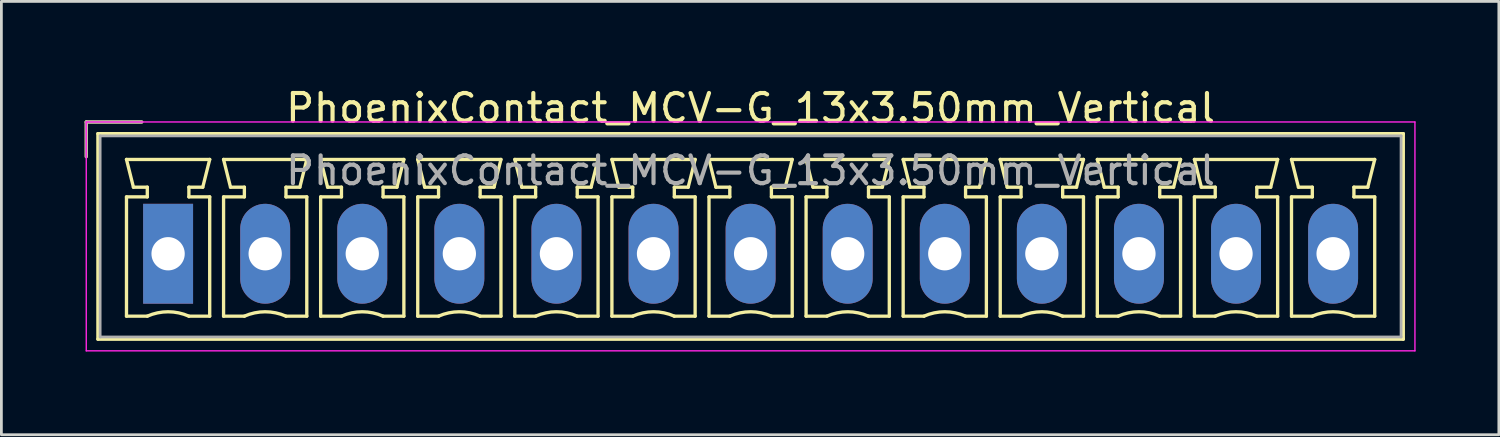
<source format=kicad_pcb>
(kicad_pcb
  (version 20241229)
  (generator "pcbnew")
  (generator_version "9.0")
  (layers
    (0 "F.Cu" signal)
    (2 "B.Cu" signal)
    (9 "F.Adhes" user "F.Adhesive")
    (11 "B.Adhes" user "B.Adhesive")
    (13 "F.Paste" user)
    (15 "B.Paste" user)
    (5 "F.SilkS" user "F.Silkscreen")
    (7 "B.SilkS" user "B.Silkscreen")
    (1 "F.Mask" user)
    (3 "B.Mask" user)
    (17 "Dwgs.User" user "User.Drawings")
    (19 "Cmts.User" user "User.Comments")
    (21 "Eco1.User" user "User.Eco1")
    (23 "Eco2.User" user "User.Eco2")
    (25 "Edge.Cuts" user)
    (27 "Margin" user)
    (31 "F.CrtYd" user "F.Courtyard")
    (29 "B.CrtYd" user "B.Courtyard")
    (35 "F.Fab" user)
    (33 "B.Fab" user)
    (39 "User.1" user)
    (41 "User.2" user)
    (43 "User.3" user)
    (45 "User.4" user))
  (footprint "PhoenixContact_MCV-G_13x3.50mm_Vertical"
    (layer "F.Cu")
    (at 3.01 6.098)
    (property "Reference" "PhoenixContact_MCV-G_13x3.50mm_Vertical" (at 21 -5.25 0) (layer "F.SilkS") (effects (font (size 1 1) (thickness 0.15))))
    (attr through_hole)
    (fp_line (start -2.95 -4.75) (end -0.95 -4.75) (stroke (width 0.12) (type solid)) (layer "F.SilkS"))
    (fp_line (start -2.95 -3.5) (end -2.95 -4.75) (stroke (width 0.12) (type solid)) (layer "F.SilkS"))
    (fp_line (start -2.53 -4.33) (end -2.53 3.08) (stroke (width 0.12) (type solid)) (layer "F.SilkS"))
    (fp_line (start -2.53 3.08) (end 44.53 3.08) (stroke (width 0.12) (type solid)) (layer "F.SilkS"))
    (fp_line (start -1.5 -3.4) (end 1.5 -3.4) (stroke (width 0.12) (type solid)) (layer "F.SilkS"))
    (fp_line (start -1.5 -2.05) (end -0.75 -2.05) (stroke (width 0.12) (type solid)) (layer "F.SilkS"))
    (fp_line (start -1.5 2.25) (end -1.5 -2.05) (stroke (width 0.12) (type solid)) (layer "F.SilkS"))
    (fp_line (start -1.25 -2.4) (end -1.5 -3.4) (stroke (width 0.12) (type solid)) (layer "F.SilkS"))
    (fp_line (start -0.75 -2.4) (end -1.25 -2.4) (stroke (width 0.12) (type solid)) (layer "F.SilkS"))
    (fp_line (start -0.75 -2.05) (end -0.75 -2.4) (stroke (width 0.12) (type solid)) (layer "F.SilkS"))
    (fp_line (start -0.75 2.25) (end -1.5 2.25) (stroke (width 0.12) (type solid)) (layer "F.SilkS"))
    (fp_line (start 0.75 -2.4) (end 0.75 -2.05) (stroke (width 0.12) (type solid)) (layer "F.SilkS"))
    (fp_line (start 0.75 -2.05) (end 1.5 -2.05) (stroke (width 0.12) (type solid)) (layer "F.SilkS"))
    (fp_line (start 1.25 -2.4) (end 0.75 -2.4) (stroke (width 0.12) (type solid)) (layer "F.SilkS"))
    (fp_line (start 1.5 -3.4) (end 1.25 -2.4) (stroke (width 0.12) (type solid)) (layer "F.SilkS"))
    (fp_line (start 1.5 -2.05) (end 1.5 2.25) (stroke (width 0.12) (type solid)) (layer "F.SilkS"))
    (fp_line (start 1.5 2.25) (end 0.75 2.25) (stroke (width 0.12) (type solid)) (layer "F.SilkS"))
    (fp_line (start 2 -3.4) (end 5 -3.4) (stroke (width 0.12) (type solid)) (layer "F.SilkS"))
    (fp_line (start 2 -2.05) (end 2.75 -2.05) (stroke (width 0.12) (type solid)) (layer "F.SilkS"))
    (fp_line (start 2 2.25) (end 2 -2.05) (stroke (width 0.12) (type solid)) (layer "F.SilkS"))
    (fp_line (start 2.25 -2.4) (end 2 -3.4) (stroke (width 0.12) (type solid)) (layer "F.SilkS"))
    (fp_line (start 2.75 -2.4) (end 2.25 -2.4) (stroke (width 0.12) (type solid)) (layer "F.SilkS"))
    (fp_line (start 2.75 -2.05) (end 2.75 -2.4) (stroke (width 0.12) (type solid)) (layer "F.SilkS"))
    (fp_line (start 2.75 2.25) (end 2 2.25) (stroke (width 0.12) (type solid)) (layer "F.SilkS"))
    (fp_line (start 4.25 -2.4) (end 4.25 -2.05) (stroke (width 0.12) (type solid)) (layer "F.SilkS"))
    (fp_line (start 4.25 -2.05) (end 5 -2.05) (stroke (width 0.12) (type solid)) (layer "F.SilkS"))
    (fp_line (start 4.75 -2.4) (end 4.25 -2.4) (stroke (width 0.12) (type solid)) (layer "F.SilkS"))
    (fp_line (start 5 -3.4) (end 4.75 -2.4) (stroke (width 0.12) (type solid)) (layer "F.SilkS"))
    (fp_line (start 5 -2.05) (end 5 2.25) (stroke (width 0.12) (type solid)) (layer "F.SilkS"))
    (fp_line (start 5 2.25) (end 4.25 2.25) (stroke (width 0.12) (type solid)) (layer "F.SilkS"))
    (fp_line (start 5.5 -3.4) (end 8.5 -3.4) (stroke (width 0.12) (type solid)) (layer "F.SilkS"))
    (fp_line (start 5.5 -2.05) (end 6.25 -2.05) (stroke (width 0.12) (type solid)) (layer "F.SilkS"))
    (fp_line (start 5.5 2.25) (end 5.5 -2.05) (stroke (width 0.12) (type solid)) (layer "F.SilkS"))
    (fp_line (start 5.75 -2.4) (end 5.5 -3.4) (stroke (width 0.12) (type solid)) (layer "F.SilkS"))
    (fp_line (start 6.25 -2.4) (end 5.75 -2.4) (stroke (width 0.12) (type solid)) (layer "F.SilkS"))
    (fp_line (start 6.25 -2.05) (end 6.25 -2.4) (stroke (width 0.12) (type solid)) (layer "F.SilkS"))
    (fp_line (start 6.25 2.25) (end 5.5 2.25) (stroke (width 0.12) (type solid)) (layer "F.SilkS"))
    (fp_line (start 7.75 -2.4) (end 7.75 -2.05) (stroke (width 0.12) (type solid)) (layer "F.SilkS"))
    (fp_line (start 7.75 -2.05) (end 8.5 -2.05) (stroke (width 0.12) (type solid)) (layer "F.SilkS"))
    (fp_line (start 8.25 -2.4) (end 7.75 -2.4) (stroke (width 0.12) (type solid)) (layer "F.SilkS"))
    (fp_line (start 8.5 -3.4) (end 8.25 -2.4) (stroke (width 0.12) (type solid)) (layer "F.SilkS"))
    (fp_line (start 8.5 -2.05) (end 8.5 2.25) (stroke (width 0.12) (type solid)) (layer "F.SilkS"))
    (fp_line (start 8.5 2.25) (end 7.75 2.25) (stroke (width 0.12) (type solid)) (layer "F.SilkS"))
    (fp_line (start 9 -3.4) (end 12 -3.4) (stroke (width 0.12) (type solid)) (layer "F.SilkS"))
    (fp_line (start 9 -2.05) (end 9.75 -2.05) (stroke (width 0.12) (type solid)) (layer "F.SilkS"))
    (fp_line (start 9 2.25) (end 9 -2.05) (stroke (width 0.12) (type solid)) (layer "F.SilkS"))
    (fp_line (start 9.25 -2.4) (end 9 -3.4) (stroke (width 0.12) (type solid)) (layer "F.SilkS"))
    (fp_line (start 9.75 -2.4) (end 9.25 -2.4) (stroke (width 0.12) (type solid)) (layer "F.SilkS"))
    (fp_line (start 9.75 -2.05) (end 9.75 -2.4) (stroke (width 0.12) (type solid)) (layer "F.SilkS"))
    (fp_line (start 9.75 2.25) (end 9 2.25) (stroke (width 0.12) (type solid)) (layer "F.SilkS"))
    (fp_line (start 11.25 -2.4) (end 11.25 -2.05) (stroke (width 0.12) (type solid)) (layer "F.SilkS"))
    (fp_line (start 11.25 -2.05) (end 12 -2.05) (stroke (width 0.12) (type solid)) (layer "F.SilkS"))
    (fp_line (start 11.75 -2.4) (end 11.25 -2.4) (stroke (width 0.12) (type solid)) (layer "F.SilkS"))
    (fp_line (start 12 -3.4) (end 11.75 -2.4) (stroke (width 0.12) (type solid)) (layer "F.SilkS"))
    (fp_line (start 12 -2.05) (end 12 2.25) (stroke (width 0.12) (type solid)) (layer "F.SilkS"))
    (fp_line (start 12 2.25) (end 11.25 2.25) (stroke (width 0.12) (type solid)) (layer "F.SilkS"))
    (fp_line (start 12.5 -3.4) (end 15.5 -3.4) (stroke (width 0.12) (type solid)) (layer "F.SilkS"))
    (fp_line (start 12.5 -2.05) (end 13.25 -2.05) (stroke (width 0.12) (type solid)) (layer "F.SilkS"))
    (fp_line (start 12.5 2.25) (end 12.5 -2.05) (stroke (width 0.12) (type solid)) (layer "F.SilkS"))
    (fp_line (start 12.75 -2.4) (end 12.5 -3.4) (stroke (width 0.12) (type solid)) (layer "F.SilkS"))
    (fp_line (start 13.25 -2.4) (end 12.75 -2.4) (stroke (width 0.12) (type solid)) (layer "F.SilkS"))
    (fp_line (start 13.25 -2.05) (end 13.25 -2.4) (stroke (width 0.12) (type solid)) (layer "F.SilkS"))
    (fp_line (start 13.25 2.25) (end 12.5 2.25) (stroke (width 0.12) (type solid)) (layer "F.SilkS"))
    (fp_line (start 14.75 -2.4) (end 14.75 -2.05) (stroke (width 0.12) (type solid)) (layer "F.SilkS"))
    (fp_line (start 14.75 -2.05) (end 15.5 -2.05) (stroke (width 0.12) (type solid)) (layer "F.SilkS"))
    (fp_line (start 15.25 -2.4) (end 14.75 -2.4) (stroke (width 0.12) (type solid)) (layer "F.SilkS"))
    (fp_line (start 15.5 -3.4) (end 15.25 -2.4) (stroke (width 0.12) (type solid)) (layer "F.SilkS"))
    (fp_line (start 15.5 -2.05) (end 15.5 2.25) (stroke (width 0.12) (type solid)) (layer "F.SilkS"))
    (fp_line (start 15.5 2.25) (end 14.75 2.25) (stroke (width 0.12) (type solid)) (layer "F.SilkS"))
    (fp_line (start 16 -3.4) (end 19 -3.4) (stroke (width 0.12) (type solid)) (layer "F.SilkS"))
    (fp_line (start 16 -2.05) (end 16.75 -2.05) (stroke (width 0.12) (type solid)) (layer "F.SilkS"))
    (fp_line (start 16 2.25) (end 16 -2.05) (stroke (width 0.12) (type solid)) (layer "F.SilkS"))
    (fp_line (start 16.25 -2.4) (end 16 -3.4) (stroke (width 0.12) (type solid)) (layer "F.SilkS"))
    (fp_line (start 16.75 -2.4) (end 16.25 -2.4) (stroke (width 0.12) (type solid)) (layer "F.SilkS"))
    (fp_line (start 16.75 -2.05) (end 16.75 -2.4) (stroke (width 0.12) (type solid)) (layer "F.SilkS"))
    (fp_line (start 16.75 2.25) (end 16 2.25) (stroke (width 0.12) (type solid)) (layer "F.SilkS"))
    (fp_line (start 18.25 -2.4) (end 18.25 -2.05) (stroke (width 0.12) (type solid)) (layer "F.SilkS"))
    (fp_line (start 18.25 -2.05) (end 19 -2.05) (stroke (width 0.12) (type solid)) (layer "F.SilkS"))
    (fp_line (start 18.75 -2.4) (end 18.25 -2.4) (stroke (width 0.12) (type solid)) (layer "F.SilkS"))
    (fp_line (start 19 -3.4) (end 18.75 -2.4) (stroke (width 0.12) (type solid)) (layer "F.SilkS"))
    (fp_line (start 19 -2.05) (end 19 2.25) (stroke (width 0.12) (type solid)) (layer "F.SilkS"))
    (fp_line (start 19 2.25) (end 18.25 2.25) (stroke (width 0.12) (type solid)) (layer "F.SilkS"))
    (fp_line (start 19.5 -3.4) (end 22.5 -3.4) (stroke (width 0.12) (type solid)) (layer "F.SilkS"))
    (fp_line (start 19.5 -2.05) (end 20.25 -2.05) (stroke (width 0.12) (type solid)) (layer "F.SilkS"))
    (fp_line (start 19.5 2.25) (end 19.5 -2.05) (stroke (width 0.12) (type solid)) (layer "F.SilkS"))
    (fp_line (start 19.75 -2.4) (end 19.5 -3.4) (stroke (width 0.12) (type solid)) (layer "F.SilkS"))
    (fp_line (start 20.25 -2.4) (end 19.75 -2.4) (stroke (width 0.12) (type solid)) (layer "F.SilkS"))
    (fp_line (start 20.25 -2.05) (end 20.25 -2.4) (stroke (width 0.12) (type solid)) (layer "F.SilkS"))
    (fp_line (start 20.25 2.25) (end 19.5 2.25) (stroke (width 0.12) (type solid)) (layer "F.SilkS"))
    (fp_line (start 21.75 -2.4) (end 21.75 -2.05) (stroke (width 0.12) (type solid)) (layer "F.SilkS"))
    (fp_line (start 21.75 -2.05) (end 22.5 -2.05) (stroke (width 0.12) (type solid)) (layer "F.SilkS"))
    (fp_line (start 22.25 -2.4) (end 21.75 -2.4) (stroke (width 0.12) (type solid)) (layer "F.SilkS"))
    (fp_line (start 22.5 -3.4) (end 22.25 -2.4) (stroke (width 0.12) (type solid)) (layer "F.SilkS"))
    (fp_line (start 22.5 -2.05) (end 22.5 2.25) (stroke (width 0.12) (type solid)) (layer "F.SilkS"))
    (fp_line (start 22.5 2.25) (end 21.75 2.25) (stroke (width 0.12) (type solid)) (layer "F.SilkS"))
    (fp_line (start 23 -3.4) (end 26 -3.4) (stroke (width 0.12) (type solid)) (layer "F.SilkS"))
    (fp_line (start 23 -2.05) (end 23.75 -2.05) (stroke (width 0.12) (type solid)) (layer "F.SilkS"))
    (fp_line (start 23 2.25) (end 23 -2.05) (stroke (width 0.12) (type solid)) (layer "F.SilkS"))
    (fp_line (start 23.25 -2.4) (end 23 -3.4) (stroke (width 0.12) (type solid)) (layer "F.SilkS"))
    (fp_line (start 23.75 -2.4) (end 23.25 -2.4) (stroke (width 0.12) (type solid)) (layer "F.SilkS"))
    (fp_line (start 23.75 -2.05) (end 23.75 -2.4) (stroke (width 0.12) (type solid)) (layer "F.SilkS"))
    (fp_line (start 23.75 2.25) (end 23 2.25) (stroke (width 0.12) (type solid)) (layer "F.SilkS"))
    (fp_line (start 25.25 -2.4) (end 25.25 -2.05) (stroke (width 0.12) (type solid)) (layer "F.SilkS"))
    (fp_line (start 25.25 -2.05) (end 26 -2.05) (stroke (width 0.12) (type solid)) (layer "F.SilkS"))
    (fp_line (start 25.75 -2.4) (end 25.25 -2.4) (stroke (width 0.12) (type solid)) (layer "F.SilkS"))
    (fp_line (start 26 -3.4) (end 25.75 -2.4) (stroke (width 0.12) (type solid)) (layer "F.SilkS"))
    (fp_line (start 26 -2.05) (end 26 2.25) (stroke (width 0.12) (type solid)) (layer "F.SilkS"))
    (fp_line (start 26 2.25) (end 25.25 2.25) (stroke (width 0.12) (type solid)) (layer "F.SilkS"))
    (fp_line (start 26.5 -3.4) (end 29.5 -3.4) (stroke (width 0.12) (type solid)) (layer "F.SilkS"))
    (fp_line (start 26.5 -2.05) (end 27.25 -2.05) (stroke (width 0.12) (type solid)) (layer "F.SilkS"))
    (fp_line (start 26.5 2.25) (end 26.5 -2.05) (stroke (width 0.12) (type solid)) (layer "F.SilkS"))
    (fp_line (start 26.75 -2.4) (end 26.5 -3.4) (stroke (width 0.12) (type solid)) (layer "F.SilkS"))
    (fp_line (start 27.25 -2.4) (end 26.75 -2.4) (stroke (width 0.12) (type solid)) (layer "F.SilkS"))
    (fp_line (start 27.25 -2.05) (end 27.25 -2.4) (stroke (width 0.12) (type solid)) (layer "F.SilkS"))
    (fp_line (start 27.25 2.25) (end 26.5 2.25) (stroke (width 0.12) (type solid)) (layer "F.SilkS"))
    (fp_line (start 28.75 -2.4) (end 28.75 -2.05) (stroke (width 0.12) (type solid)) (layer "F.SilkS"))
    (fp_line (start 28.75 -2.05) (end 29.5 -2.05) (stroke (width 0.12) (type solid)) (layer "F.SilkS"))
    (fp_line (start 29.25 -2.4) (end 28.75 -2.4) (stroke (width 0.12) (type solid)) (layer "F.SilkS"))
    (fp_line (start 29.5 -3.4) (end 29.25 -2.4) (stroke (width 0.12) (type solid)) (layer "F.SilkS"))
    (fp_line (start 29.5 -2.05) (end 29.5 2.25) (stroke (width 0.12) (type solid)) (layer "F.SilkS"))
    (fp_line (start 29.5 2.25) (end 28.75 2.25) (stroke (width 0.12) (type solid)) (layer "F.SilkS"))
    (fp_line (start 30 -3.4) (end 33 -3.4) (stroke (width 0.12) (type solid)) (layer "F.SilkS"))
    (fp_line (start 30 -2.05) (end 30.75 -2.05) (stroke (width 0.12) (type solid)) (layer "F.SilkS"))
    (fp_line (start 30 2.25) (end 30 -2.05) (stroke (width 0.12) (type solid)) (layer "F.SilkS"))
    (fp_line (start 30.25 -2.4) (end 30 -3.4) (stroke (width 0.12) (type solid)) (layer "F.SilkS"))
    (fp_line (start 30.75 -2.4) (end 30.25 -2.4) (stroke (width 0.12) (type solid)) (layer "F.SilkS"))
    (fp_line (start 30.75 -2.05) (end 30.75 -2.4) (stroke (width 0.12) (type solid)) (layer "F.SilkS"))
    (fp_line (start 30.75 2.25) (end 30 2.25) (stroke (width 0.12) (type solid)) (layer "F.SilkS"))
    (fp_line (start 32.25 -2.4) (end 32.25 -2.05) (stroke (width 0.12) (type solid)) (layer "F.SilkS"))
    (fp_line (start 32.25 -2.05) (end 33 -2.05) (stroke (width 0.12) (type solid)) (layer "F.SilkS"))
    (fp_line (start 32.75 -2.4) (end 32.25 -2.4) (stroke (width 0.12) (type solid)) (layer "F.SilkS"))
    (fp_line (start 33 -3.4) (end 32.75 -2.4) (stroke (width 0.12) (type solid)) (layer "F.SilkS"))
    (fp_line (start 33 -2.05) (end 33 2.25) (stroke (width 0.12) (type solid)) (layer "F.SilkS"))
    (fp_line (start 33 2.25) (end 32.25 2.25) (stroke (width 0.12) (type solid)) (layer "F.SilkS"))
    (fp_line (start 33.5 -3.4) (end 36.5 -3.4) (stroke (width 0.12) (type solid)) (layer "F.SilkS"))
    (fp_line (start 33.5 -2.05) (end 34.25 -2.05) (stroke (width 0.12) (type solid)) (layer "F.SilkS"))
    (fp_line (start 33.5 2.25) (end 33.5 -2.05) (stroke (width 0.12) (type solid)) (layer "F.SilkS"))
    (fp_line (start 33.75 -2.4) (end 33.5 -3.4) (stroke (width 0.12) (type solid)) (layer "F.SilkS"))
    (fp_line (start 34.25 -2.4) (end 33.75 -2.4) (stroke (width 0.12) (type solid)) (layer "F.SilkS"))
    (fp_line (start 34.25 -2.05) (end 34.25 -2.4) (stroke (width 0.12) (type solid)) (layer "F.SilkS"))
    (fp_line (start 34.25 2.25) (end 33.5 2.25) (stroke (width 0.12) (type solid)) (layer "F.SilkS"))
    (fp_line (start 35.75 -2.4) (end 35.75 -2.05) (stroke (width 0.12) (type solid)) (layer "F.SilkS"))
    (fp_line (start 35.75 -2.05) (end 36.5 -2.05) (stroke (width 0.12) (type solid)) (layer "F.SilkS"))
    (fp_line (start 36.25 -2.4) (end 35.75 -2.4) (stroke (width 0.12) (type solid)) (layer "F.SilkS"))
    (fp_line (start 36.5 -3.4) (end 36.25 -2.4) (stroke (width 0.12) (type solid)) (layer "F.SilkS"))
    (fp_line (start 36.5 -2.05) (end 36.5 2.25) (stroke (width 0.12) (type solid)) (layer "F.SilkS"))
    (fp_line (start 36.5 2.25) (end 35.75 2.25) (stroke (width 0.12) (type solid)) (layer "F.SilkS"))
    (fp_line (start 37 -3.4) (end 40 -3.4) (stroke (width 0.12) (type solid)) (layer "F.SilkS"))
    (fp_line (start 37 -2.05) (end 37.75 -2.05) (stroke (width 0.12) (type solid)) (layer "F.SilkS"))
    (fp_line (start 37 2.25) (end 37 -2.05) (stroke (width 0.12) (type solid)) (layer "F.SilkS"))
    (fp_line (start 37.25 -2.4) (end 37 -3.4) (stroke (width 0.12) (type solid)) (layer "F.SilkS"))
    (fp_line (start 37.75 -2.4) (end 37.25 -2.4) (stroke (width 0.12) (type solid)) (layer "F.SilkS"))
    (fp_line (start 37.75 -2.05) (end 37.75 -2.4) (stroke (width 0.12) (type solid)) (layer "F.SilkS"))
    (fp_line (start 37.75 2.25) (end 37 2.25) (stroke (width 0.12) (type solid)) (layer "F.SilkS"))
    (fp_line (start 39.25 -2.4) (end 39.25 -2.05) (stroke (width 0.12) (type solid)) (layer "F.SilkS"))
    (fp_line (start 39.25 -2.05) (end 40 -2.05) (stroke (width 0.12) (type solid)) (layer "F.SilkS"))
    (fp_line (start 39.75 -2.4) (end 39.25 -2.4) (stroke (width 0.12) (type solid)) (layer "F.SilkS"))
    (fp_line (start 40 -3.4) (end 39.75 -2.4) (stroke (width 0.12) (type solid)) (layer "F.SilkS"))
    (fp_line (start 40 -2.05) (end 40 2.25) (stroke (width 0.12) (type solid)) (layer "F.SilkS"))
    (fp_line (start 40 2.25) (end 39.25 2.25) (stroke (width 0.12) (type solid)) (layer "F.SilkS"))
    (fp_line (start 40.5 -3.4) (end 43.5 -3.4) (stroke (width 0.12) (type solid)) (layer "F.SilkS"))
    (fp_line (start 40.5 -2.05) (end 41.25 -2.05) (stroke (width 0.12) (type solid)) (layer "F.SilkS"))
    (fp_line (start 40.5 2.25) (end 40.5 -2.05) (stroke (width 0.12) (type solid)) (layer "F.SilkS"))
    (fp_line (start 40.75 -2.4) (end 40.5 -3.4) (stroke (width 0.12) (type solid)) (layer "F.SilkS"))
    (fp_line (start 41.25 -2.4) (end 40.75 -2.4) (stroke (width 0.12) (type solid)) (layer "F.SilkS"))
    (fp_line (start 41.25 -2.05) (end 41.25 -2.4) (stroke (width 0.12) (type solid)) (layer "F.SilkS"))
    (fp_line (start 41.25 2.25) (end 40.5 2.25) (stroke (width 0.12) (type solid)) (layer "F.SilkS"))
    (fp_line (start 42.75 -2.4) (end 42.75 -2.05) (stroke (width 0.12) (type solid)) (layer "F.SilkS"))
    (fp_line (start 42.75 -2.05) (end 43.5 -2.05) (stroke (width 0.12) (type solid)) (layer "F.SilkS"))
    (fp_line (start 43.25 -2.4) (end 42.75 -2.4) (stroke (width 0.12) (type solid)) (layer "F.SilkS"))
    (fp_line (start 43.5 -3.4) (end 43.25 -2.4) (stroke (width 0.12) (type solid)) (layer "F.SilkS"))
    (fp_line (start 43.5 -2.05) (end 43.5 2.25) (stroke (width 0.12) (type solid)) (layer "F.SilkS"))
    (fp_line (start 43.5 2.25) (end 42.75 2.25) (stroke (width 0.12) (type solid)) (layer "F.SilkS"))
    (fp_line (start 44.53 -4.33) (end -2.53 -4.33) (stroke (width 0.12) (type solid)) (layer "F.SilkS"))
    (fp_line (start 44.53 3.08) (end 44.53 -4.33) (stroke (width 0.12) (type solid)) (layer "F.SilkS"))
    (fp_arc (start -0.75 2.25) (mid -0.000193 2.09191) (end 0.749647 2.249844) (stroke (width 0.12) (type solid)) (layer "F.SilkS"))
    (fp_arc (start 2.75 2.25) (mid 3.499807 2.09191) (end 4.249647 2.249844) (stroke (width 0.12) (type solid)) (layer "F.SilkS"))
    (fp_arc (start 6.25 2.25) (mid 6.999807 2.09191) (end 7.749647 2.249844) (stroke (width 0.12) (type solid)) (layer "F.SilkS"))
    (fp_arc (start 9.75 2.25) (mid 10.499807 2.09191) (end 11.249647 2.249844) (stroke (width 0.12) (type solid)) (layer "F.SilkS"))
    (fp_arc (start 13.25 2.25) (mid 13.999807 2.09191) (end 14.749647 2.249844) (stroke (width 0.12) (type solid)) (layer "F.SilkS"))
    (fp_arc (start 16.75 2.25) (mid 17.499807 2.09191) (end 18.249647 2.249844) (stroke (width 0.12) (type solid)) (layer "F.SilkS"))
    (fp_arc (start 20.25 2.25) (mid 20.999807 2.09191) (end 21.749647 2.249844) (stroke (width 0.12) (type solid)) (layer "F.SilkS"))
    (fp_arc (start 23.75 2.25) (mid 24.499807 2.09191) (end 25.249647 2.249844) (stroke (width 0.12) (type solid)) (layer "F.SilkS"))
    (fp_arc (start 27.25 2.25) (mid 27.999807 2.09191) (end 28.749647 2.249844) (stroke (width 0.12) (type solid)) (layer "F.SilkS"))
    (fp_arc (start 30.75 2.25) (mid 31.499807 2.09191) (end 32.249647 2.249844) (stroke (width 0.12) (type solid)) (layer "F.SilkS"))
    (fp_arc (start 34.25 2.25) (mid 34.999807 2.09191) (end 35.749647 2.249844) (stroke (width 0.12) (type solid)) (layer "F.SilkS"))
    (fp_arc (start 37.75 2.25) (mid 38.499807 2.09191) (end 39.249647 2.249844) (stroke (width 0.12) (type solid)) (layer "F.SilkS"))
    (fp_arc (start 41.25 2.25) (mid 41.999807 2.09191) (end 42.749647 2.249844) (stroke (width 0.12) (type solid)) (layer "F.SilkS"))
    (fp_line (start -2.95 -4.75) (end -2.95 3.5) (stroke (width 0.05) (type solid)) (layer "F.CrtYd"))
    (fp_line (start -2.95 3.5) (end 44.95 3.5) (stroke (width 0.05) (type solid)) (layer "F.CrtYd"))
    (fp_line (start 44.95 -4.75) (end -2.95 -4.75) (stroke (width 0.05) (type solid)) (layer "F.CrtYd"))
    (fp_line (start 44.95 3.5) (end 44.95 -4.75) (stroke (width 0.05) (type solid)) (layer "F.CrtYd"))
    (fp_line (start -2.95 -4.75) (end -0.95 -4.75) (stroke (width 0.1) (type solid)) (layer "F.Fab"))
    (fp_line (start -2.95 -3.5) (end -2.95 -4.75) (stroke (width 0.1) (type solid)) (layer "F.Fab"))
    (fp_line (start -2.45 -4.25) (end -2.45 3) (stroke (width 0.1) (type solid)) (layer "F.Fab"))
    (fp_line (start -2.45 3) (end 44.45 3) (stroke (width 0.1) (type solid)) (layer "F.Fab"))
    (fp_line (start 44.45 -4.25) (end -2.45 -4.25) (stroke (width 0.1) (type solid)) (layer "F.Fab"))
    (fp_line (start 44.45 3) (end 44.45 -4.25) (stroke (width 0.1) (type solid)) (layer "F.Fab"))
    (fp_text user "${REFERENCE}" (at 21 -3 0) (layer "F.Fab") (effects (font (size 1 1) (thickness 0.15))))
    (pad "1" thru_hole rect (at 0 0) (size 1.8 3.6) (drill 1.2) (layers "*.Cu" "*.Mask"))
    (pad "2" thru_hole oval (at 3.5 0) (size 1.8 3.6) (drill 1.2) (layers "*.Cu" "*.Mask"))
    (pad "3" thru_hole oval (at 7 0) (size 1.8 3.6) (drill 1.2) (layers "*.Cu" "*.Mask"))
    (pad "4" thru_hole oval (at 10.5 0) (size 1.8 3.6) (drill 1.2) (layers "*.Cu" "*.Mask"))
    (pad "5" thru_hole oval (at 14 0) (size 1.8 3.6) (drill 1.2) (layers "*.Cu" "*.Mask"))
    (pad "6" thru_hole oval (at 17.5 0) (size 1.8 3.6) (drill 1.2) (layers "*.Cu" "*.Mask"))
    (pad "7" thru_hole oval (at 21 0) (size 1.8 3.6) (drill 1.2) (layers "*.Cu" "*.Mask"))
    (pad "8" thru_hole oval (at 24.5 0) (size 1.8 3.6) (drill 1.2) (layers "*.Cu" "*.Mask"))
    (pad "9" thru_hole oval (at 28 0) (size 1.8 3.6) (drill 1.2) (layers "*.Cu" "*.Mask"))
    (pad "10" thru_hole oval (at 31.5 0) (size 1.8 3.6) (drill 1.2) (layers "*.Cu" "*.Mask"))
    (pad "11" thru_hole oval (at 35 0) (size 1.8 3.6) (drill 1.2) (layers "*.Cu" "*.Mask"))
    (pad "12" thru_hole oval (at 38.5 0) (size 1.8 3.6) (drill 1.2) (layers "*.Cu" "*.Mask"))
    (pad "13" thru_hole oval (at 42 0) (size 1.8 3.6) (drill 1.2) (layers "*.Cu" "*.Mask")))
  (gr_rect
    (start -3 -3)
    (end 50.985 12.623)
    (stroke (width 0.1) (type default))
    (fill no)
    (layer "Edge.Cuts")))
</source>
